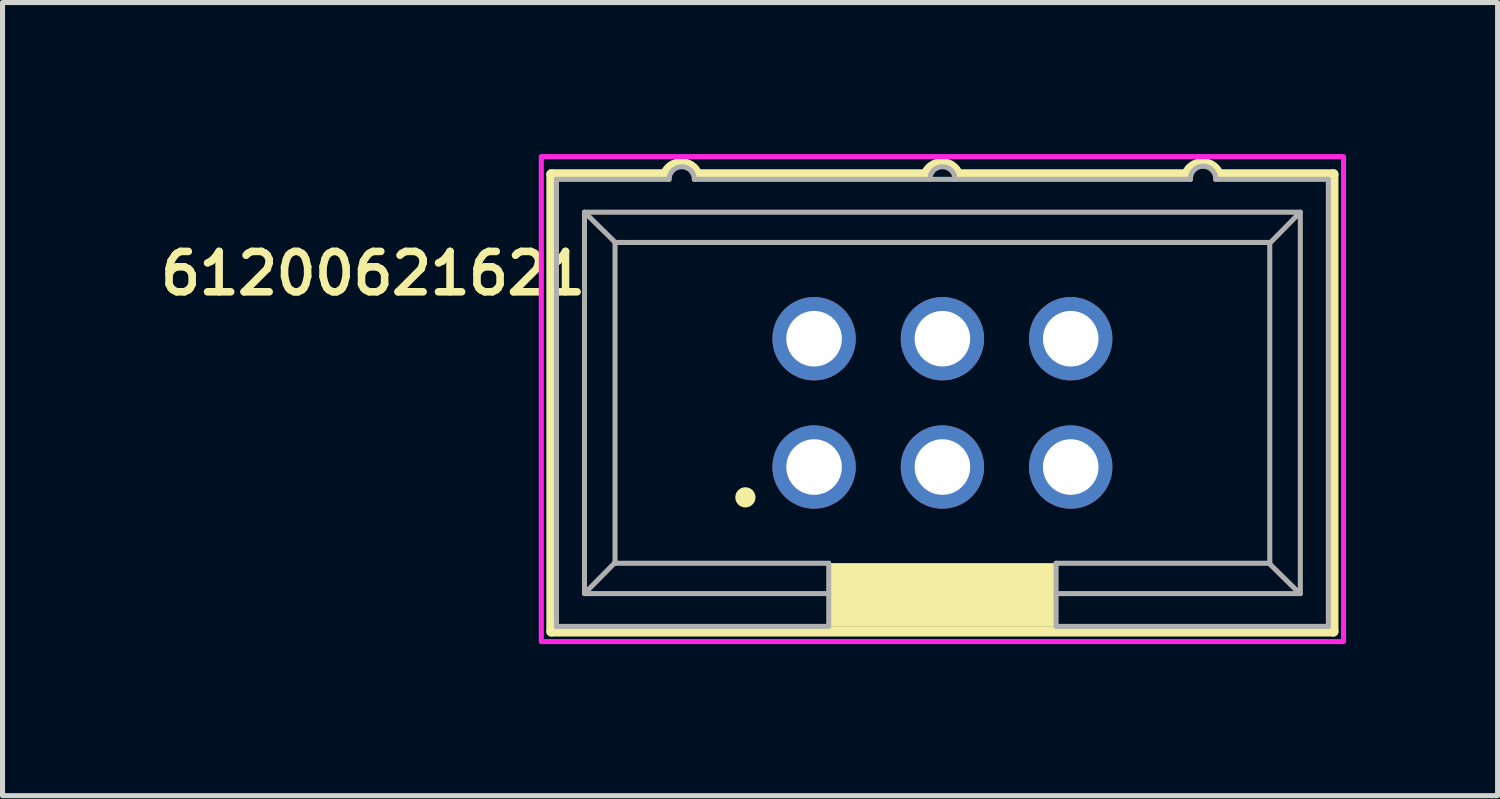
<source format=kicad_pcb>
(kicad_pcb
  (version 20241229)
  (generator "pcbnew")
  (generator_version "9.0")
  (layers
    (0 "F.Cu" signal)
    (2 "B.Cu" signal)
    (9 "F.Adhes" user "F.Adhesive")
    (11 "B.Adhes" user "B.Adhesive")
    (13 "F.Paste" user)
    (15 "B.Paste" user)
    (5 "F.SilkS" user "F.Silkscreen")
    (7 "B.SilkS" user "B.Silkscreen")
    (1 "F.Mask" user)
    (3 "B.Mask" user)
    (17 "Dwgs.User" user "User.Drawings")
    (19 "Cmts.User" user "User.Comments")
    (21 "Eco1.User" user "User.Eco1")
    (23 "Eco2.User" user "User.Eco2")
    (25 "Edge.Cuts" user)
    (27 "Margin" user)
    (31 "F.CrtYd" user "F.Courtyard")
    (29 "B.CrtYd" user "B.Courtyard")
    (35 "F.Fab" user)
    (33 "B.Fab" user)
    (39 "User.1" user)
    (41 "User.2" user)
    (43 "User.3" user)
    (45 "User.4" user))
  (footprint "61200621621"
    (layer "F.Cu")
    (at 15.605 4.925)
    (property "Reference" "61200621621" (at -11.27 -2.561 0) (layer "F.SilkS") (effects (font (size 0.8 0.8) (thickness 0.15))))
    (attr through_hole)
    (fp_line (start -7.74 -4.525) (end -7.74 4.525) (stroke (width 0.2) (type solid)) (layer "F.SilkS"))
    (fp_line (start -7.74 4.525) (end 7.74 4.525) (stroke (width 0.2) (type solid)) (layer "F.SilkS"))
    (fp_line (start -5.49 -4.525) (end -7.74 -4.525) (stroke (width 0.2) (type solid)) (layer "F.SilkS"))
    (fp_line (start -0.33 -4.525) (end -4.85 -4.525) (stroke (width 0.2) (type solid)) (layer "F.SilkS"))
    (fp_line (start 4.83 -4.525) (end 0.31 -4.525) (stroke (width 0.2) (type solid)) (layer "F.SilkS"))
    (fp_line (start 5.47 -4.525) (end 7.74 -4.525) (stroke (width 0.2) (type solid)) (layer "F.SilkS"))
    (fp_line (start 7.74 4.525) (end 7.74 -4.525) (stroke (width 0.2) (type solid)) (layer "F.SilkS"))
    (fp_arc (start -5.49 -4.525) (mid -5.17 -4.743548) (end -4.85 -4.525) (stroke (width 0.2) (type solid)) (layer "F.SilkS"))
    (fp_arc (start -0.33 -4.525) (mid -0.01 -4.743548) (end 0.31 -4.525) (stroke (width 0.2) (type solid)) (layer "F.SilkS"))
    (fp_arc (start 4.83 -4.525) (mid 5.15 -4.743548) (end 5.47 -4.525) (stroke (width 0.2) (type solid)) (layer "F.SilkS"))
    (fp_circle (center -3.9 1.87) (end -3.8 1.87) (stroke (width 0.2) (type solid)) (fill no) (layer "F.SilkS"))
    (fp_poly (pts (xy -2.25 3.175) (xy 2.25 3.175) (xy 2.25 4.425) (xy -2.25 4.425)) (stroke (width 0.01) (type solid)) (fill yes) (layer "F.SilkS"))
    (fp_poly (pts (xy -7.94 -4.875) (xy 7.94 -4.875) (xy 7.94 4.725) (xy -7.94 4.725)) (stroke (width 0.1) (type solid)) (fill no) (layer "F.CrtYd"))
    (fp_line (start -7.64 -4.425) (end -5.41 -4.425) (stroke (width 0.1) (type solid)) (layer "F.Fab"))
    (fp_line (start -7.64 4.425) (end -7.64 -4.425) (stroke (width 0.1) (type solid)) (layer "F.Fab"))
    (fp_line (start -7.085 -3.775) (end 7.085 -3.775) (stroke (width 0.1) (type solid)) (layer "F.Fab"))
    (fp_line (start -7.085 3.775) (end -7.085 -3.775) (stroke (width 0.1) (type solid)) (layer "F.Fab"))
    (fp_line (start -6.48 -3.175) (end 6.48 -3.175) (stroke (width 0.1) (type solid)) (layer "F.Fab"))
    (fp_line (start -6.48 3.16) (end -7.08 3.77) (stroke (width 0.1) (type solid)) (layer "F.Fab"))
    (fp_line (start -6.48 3.16) (end -6.48 -3.175) (stroke (width 0.1) (type solid)) (layer "F.Fab"))
    (fp_line (start -6.48 3.175) (end -6.48 3.16) (stroke (width 0.1) (type solid)) (layer "F.Fab"))
    (fp_line (start -6.47 -3.17) (end -7.08 -3.77) (stroke (width 0.1) (type solid)) (layer "F.Fab"))
    (fp_line (start -4.91 -4.425) (end 4.91 -4.425) (stroke (width 0.1) (type solid)) (layer "F.Fab"))
    (fp_line (start -2.25 3.175) (end -6.48 3.175) (stroke (width 0.1) (type solid)) (layer "F.Fab"))
    (fp_line (start -2.25 3.175) (end -2.25 3.775) (stroke (width 0.1) (type solid)) (layer "F.Fab"))
    (fp_line (start -2.25 3.775) (end -7.085 3.775) (stroke (width 0.1) (type solid)) (layer "F.Fab"))
    (fp_line (start -2.25 3.795) (end -2.25 4.395) (stroke (width 0.1) (type solid)) (layer "F.Fab"))
    (fp_line (start -2.25 4.425) (end -7.64 4.425) (stroke (width 0.1) (type solid)) (layer "F.Fab"))
    (fp_line (start 2.25 3.175) (end 2.25 3.775) (stroke (width 0.1) (type solid)) (layer "F.Fab"))
    (fp_line (start 2.25 3.815) (end 2.25 4.415) (stroke (width 0.1) (type solid)) (layer "F.Fab"))
    (fp_line (start 5.41 -4.425) (end 7.64 -4.425) (stroke (width 0.1) (type solid)) (layer "F.Fab"))
    (fp_line (start 6.46 3.17) (end 7.07 3.77) (stroke (width 0.1) (type solid)) (layer "F.Fab"))
    (fp_line (start 6.47 -3.15) (end 7.07 -3.76) (stroke (width 0.1) (type solid)) (layer "F.Fab"))
    (fp_line (start 6.48 -3.175) (end 6.48 3.175) (stroke (width 0.1) (type solid)) (layer "F.Fab"))
    (fp_line (start 6.48 3.175) (end 2.25 3.175) (stroke (width 0.1) (type solid)) (layer "F.Fab"))
    (fp_line (start 7.085 -3.775) (end 7.085 3.775) (stroke (width 0.1) (type solid)) (layer "F.Fab"))
    (fp_line (start 7.085 3.775) (end 2.25 3.775) (stroke (width 0.1) (type solid)) (layer "F.Fab"))
    (fp_line (start 7.64 -4.425) (end 7.64 4.425) (stroke (width 0.1) (type solid)) (layer "F.Fab"))
    (fp_line (start 7.64 4.425) (end 2.25 4.425) (stroke (width 0.1) (type solid)) (layer "F.Fab"))
    (fp_arc (start -5.41 -4.425) (mid -5.16 -4.68005) (end -4.91 -4.425) (stroke (width 0.1) (type solid)) (layer "F.Fab"))
    (fp_arc (start -0.25 -4.425) (mid 0 -4.68005) (end 0.25 -4.425) (stroke (width 0.1) (type solid)) (layer "F.Fab"))
    (fp_arc (start 4.91 -4.425) (mid 5.16 -4.685196) (end 5.41 -4.425) (stroke (width 0.1) (type solid)) (layer "F.Fab"))
    (pad "1" thru_hole circle (at -2.54 1.27) (size 1.65 1.65) (drill 1.1) (layers "*.Cu" "*.Mask"))
    (pad "2" thru_hole circle (at -2.54 -1.27) (size 1.65 1.65) (drill 1.1) (layers "*.Cu" "*.Mask"))
    (pad "3" thru_hole circle (at 0 1.27) (size 1.65 1.65) (drill 1.1) (layers "*.Cu" "*.Mask"))
    (pad "4" thru_hole circle (at 0 -1.27) (size 1.65 1.65) (drill 1.1) (layers "*.Cu" "*.Mask"))
    (pad "5" thru_hole circle (at 2.54 1.27) (size 1.65 1.65) (drill 1.1) (layers "*.Cu" "*.Mask"))
    (pad "6" thru_hole circle (at 2.54 -1.27) (size 1.65 1.65) (drill 1.1) (layers "*.Cu" "*.Mask")))
  (gr_rect
    (start -3 -3)
    (end 26.595 12.7)
    (stroke (width 0.1) (type default))
    (fill no)
    (layer "Edge.Cuts")))
</source>
